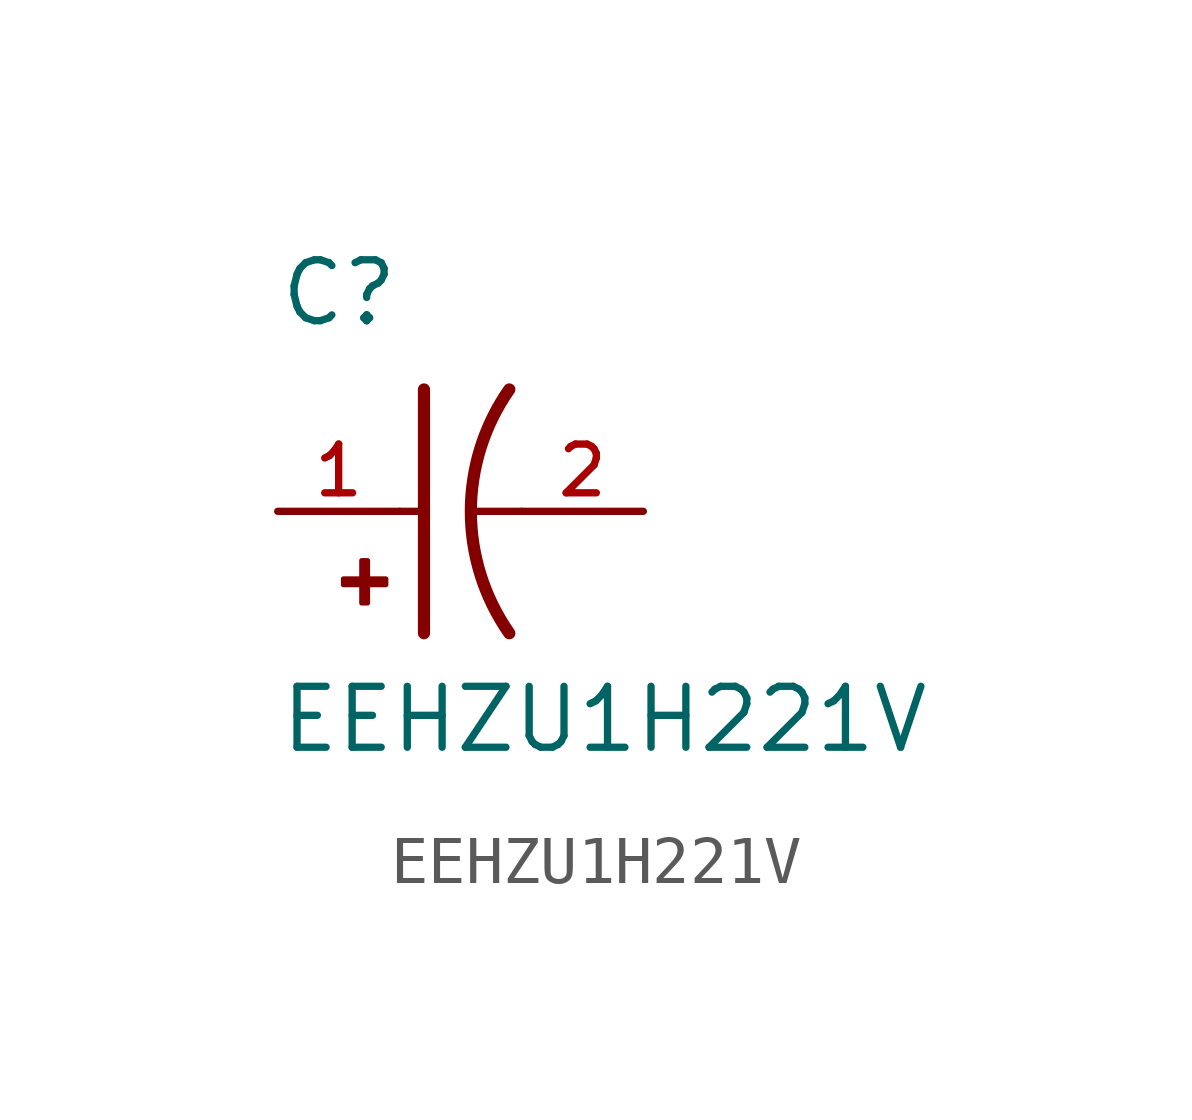
<source format=kicad_sym>
(kicad_symbol_lib
  (version 20211014)
  (generator kicad_symbol_editor)
  (symbol "EEHZU1H221V"
    (pin_names
      (offset 1.016))
    (property "Reference" "C"
      (at -2.54 3.81 0)
      (effects (font (size 1.27 1.27)) (justify bottom left)))
    (property "Value" "EEHZU1H221V"
      (at -2.54 -5.08 0)
      (effects (font (size 1.27 1.27)) (justify bottom left)))
    (symbol "EEHZU1H221V_0_0"
      (arc (start 2.286 -2.54) (mid 1.4851 -0.0) (end 2.286 2.54) (stroke (width 0.254) (type default) (color 0 0 0 0)) (fill (type none)))
      (polyline (pts (xy 0.508 2.54) (xy 0.508 0.0)) (stroke (width 0.254)))
      (rectangle (start -1.173 -1.532) (end -0.284 -1.405) (stroke (width 0.1)) (fill (type outline)))
      (rectangle (start -0.792 -1.913) (end -0.665 -1.024) (stroke (width 0.1)) (fill (type outline)))
      (polyline (pts (xy 0.508 0.0) (xy 0.508 -2.54)) (stroke (width 0.254)))
      (polyline (pts (xy 0.0 0.0) (xy 0.508 0.0)) (stroke (width 0.152)))
      (polyline (pts (xy 2.54 0.0) (xy 1.524 0.0)) (stroke (width 0.152)))
      (pin passive line (at -2.54 0.0 0) (length 2.54) (name "~" (effects (font (size 1.016 1.016)))) (number "1" (effects (font (size 1.016 1.016)))))
      (pin passive line (at 5.08 0.0 180.0) (length 2.54) (name "~" (effects (font (size 1.016 1.016)))) (number "2" (effects (font (size 1.016 1.016))))))))
</source>
